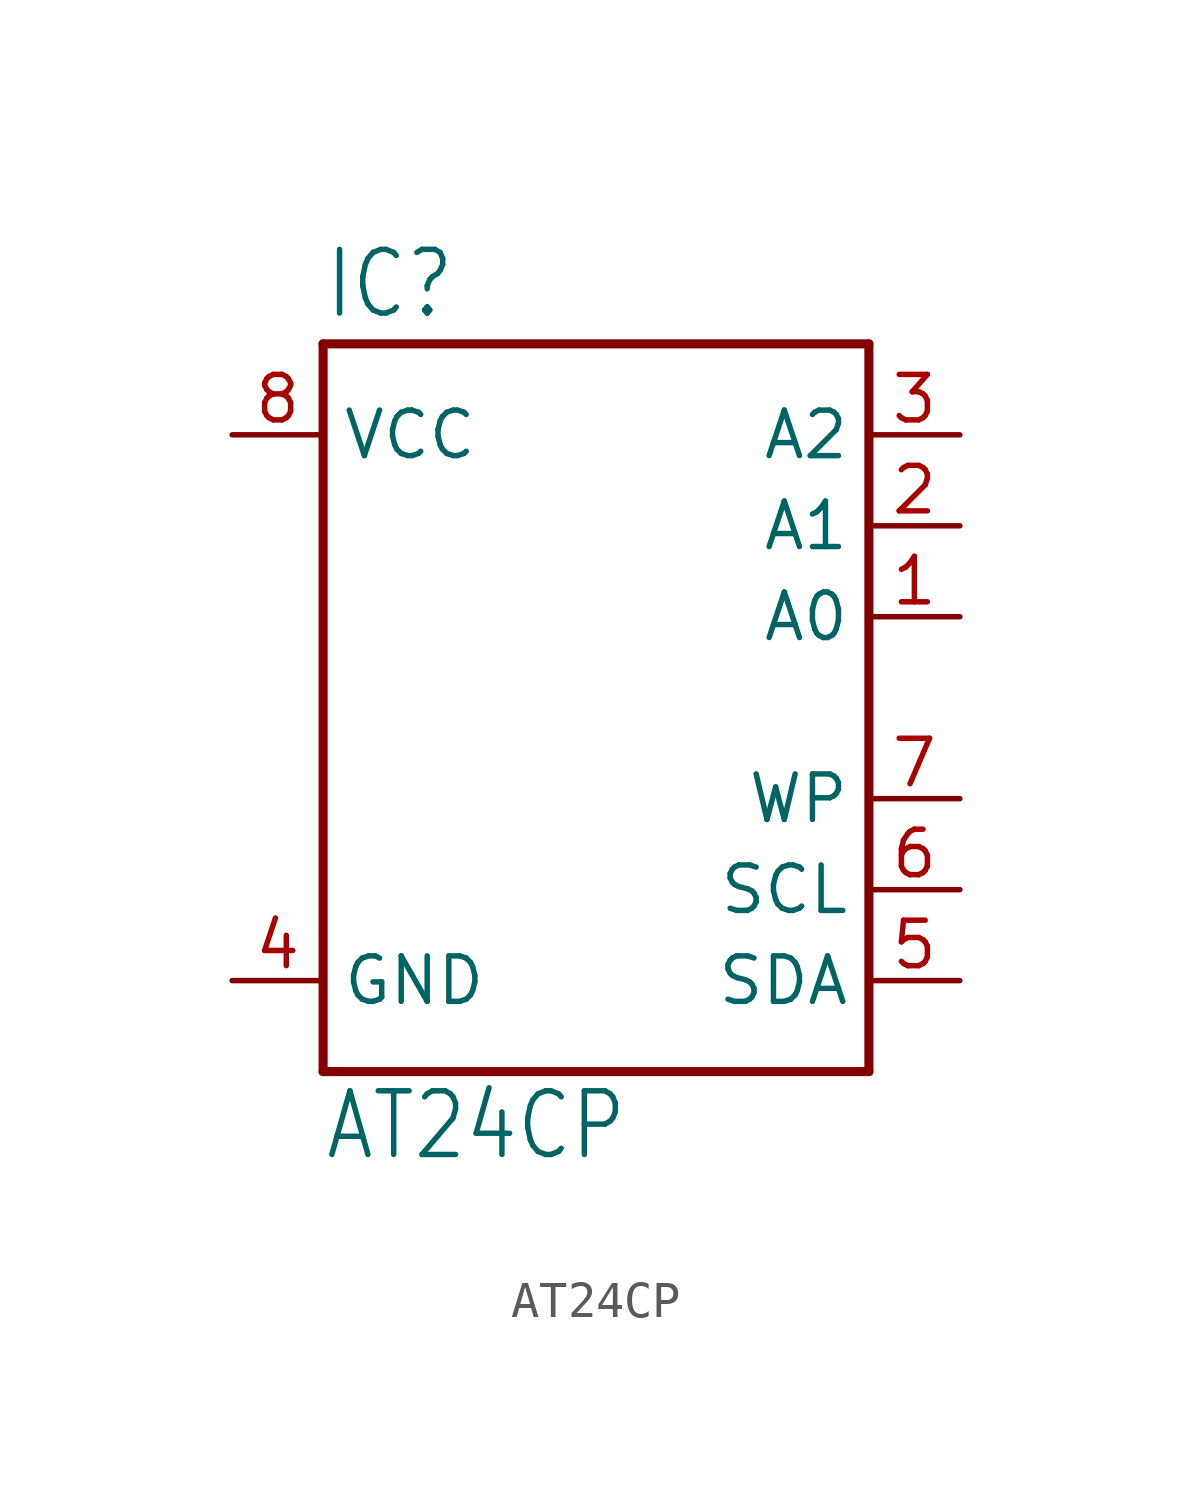
<source format=kicad_sym>
(kicad_symbol_lib
  (version 20211014)
  (generator kicad_symbol_editor)
  (symbol "AT24CP"
    (property "Reference" "IC"
      (at -7.62 10.795 0)
      (effects (font (size 1.778 1.511)) (justify left bottom)))
    (property "Value" "AT24CP"
      (at -7.62 -12.7 0)
      (effects (font (size 1.778 1.511)) (justify left bottom)))
    (property "ki_locked" ""
      (at 0 0 0)
      (effects (font (size 1.27 1.27))))
    (symbol "AT24CP_1_0"
      (polyline (pts (xy -7.62 -10.16) (xy -7.62 10.16)) (stroke (width 0.254) (type default) (color 0 0 0 0)) (fill (type none)))
      (polyline (pts (xy -7.62 10.16) (xy 7.62 10.16)) (stroke (width 0.254) (type default) (color 0 0 0 0)) (fill (type none)))
      (polyline (pts (xy 7.62 -10.16) (xy -7.62 -10.16)) (stroke (width 0.254) (type default) (color 0 0 0 0)) (fill (type none)))
      (polyline (pts (xy 7.62 10.16) (xy 7.62 -10.16)) (stroke (width 0.254) (type default) (color 0 0 0 0)) (fill (type none)))
      (pin input line (at 10.16 2.54 180) (length 2.54) (name "A0" (effects (font (size 1.27 1.27)))) (number "1" (effects (font (size 1.27 1.27)))))
      (pin input line (at 10.16 5.08 180) (length 2.54) (name "A1" (effects (font (size 1.27 1.27)))) (number "2" (effects (font (size 1.27 1.27)))))
      (pin input line (at 10.16 7.62 180) (length 2.54) (name "A2" (effects (font (size 1.27 1.27)))) (number "3" (effects (font (size 1.27 1.27)))))
      (pin power_in line (at -10.16 -7.62 0) (length 2.54) (name "GND" (effects (font (size 1.27 1.27)))) (number "4" (effects (font (size 1.27 1.27)))))
      (pin bidirectional line (at 10.16 -7.62 180) (length 2.54) (name "SDA" (effects (font (size 1.27 1.27)))) (number "5" (effects (font (size 1.27 1.27)))))
      (pin bidirectional line (at 10.16 -5.08 180) (length 2.54) (name "SCL" (effects (font (size 1.27 1.27)))) (number "6" (effects (font (size 1.27 1.27)))))
      (pin input line (at 10.16 -2.54 180) (length 2.54) (name "WP" (effects (font (size 1.27 1.27)))) (number "7" (effects (font (size 1.27 1.27)))))
      (pin power_in line (at -10.16 7.62 0) (length 2.54) (name "VCC" (effects (font (size 1.27 1.27)))) (number "8" (effects (font (size 1.27 1.27))))))))
</source>
